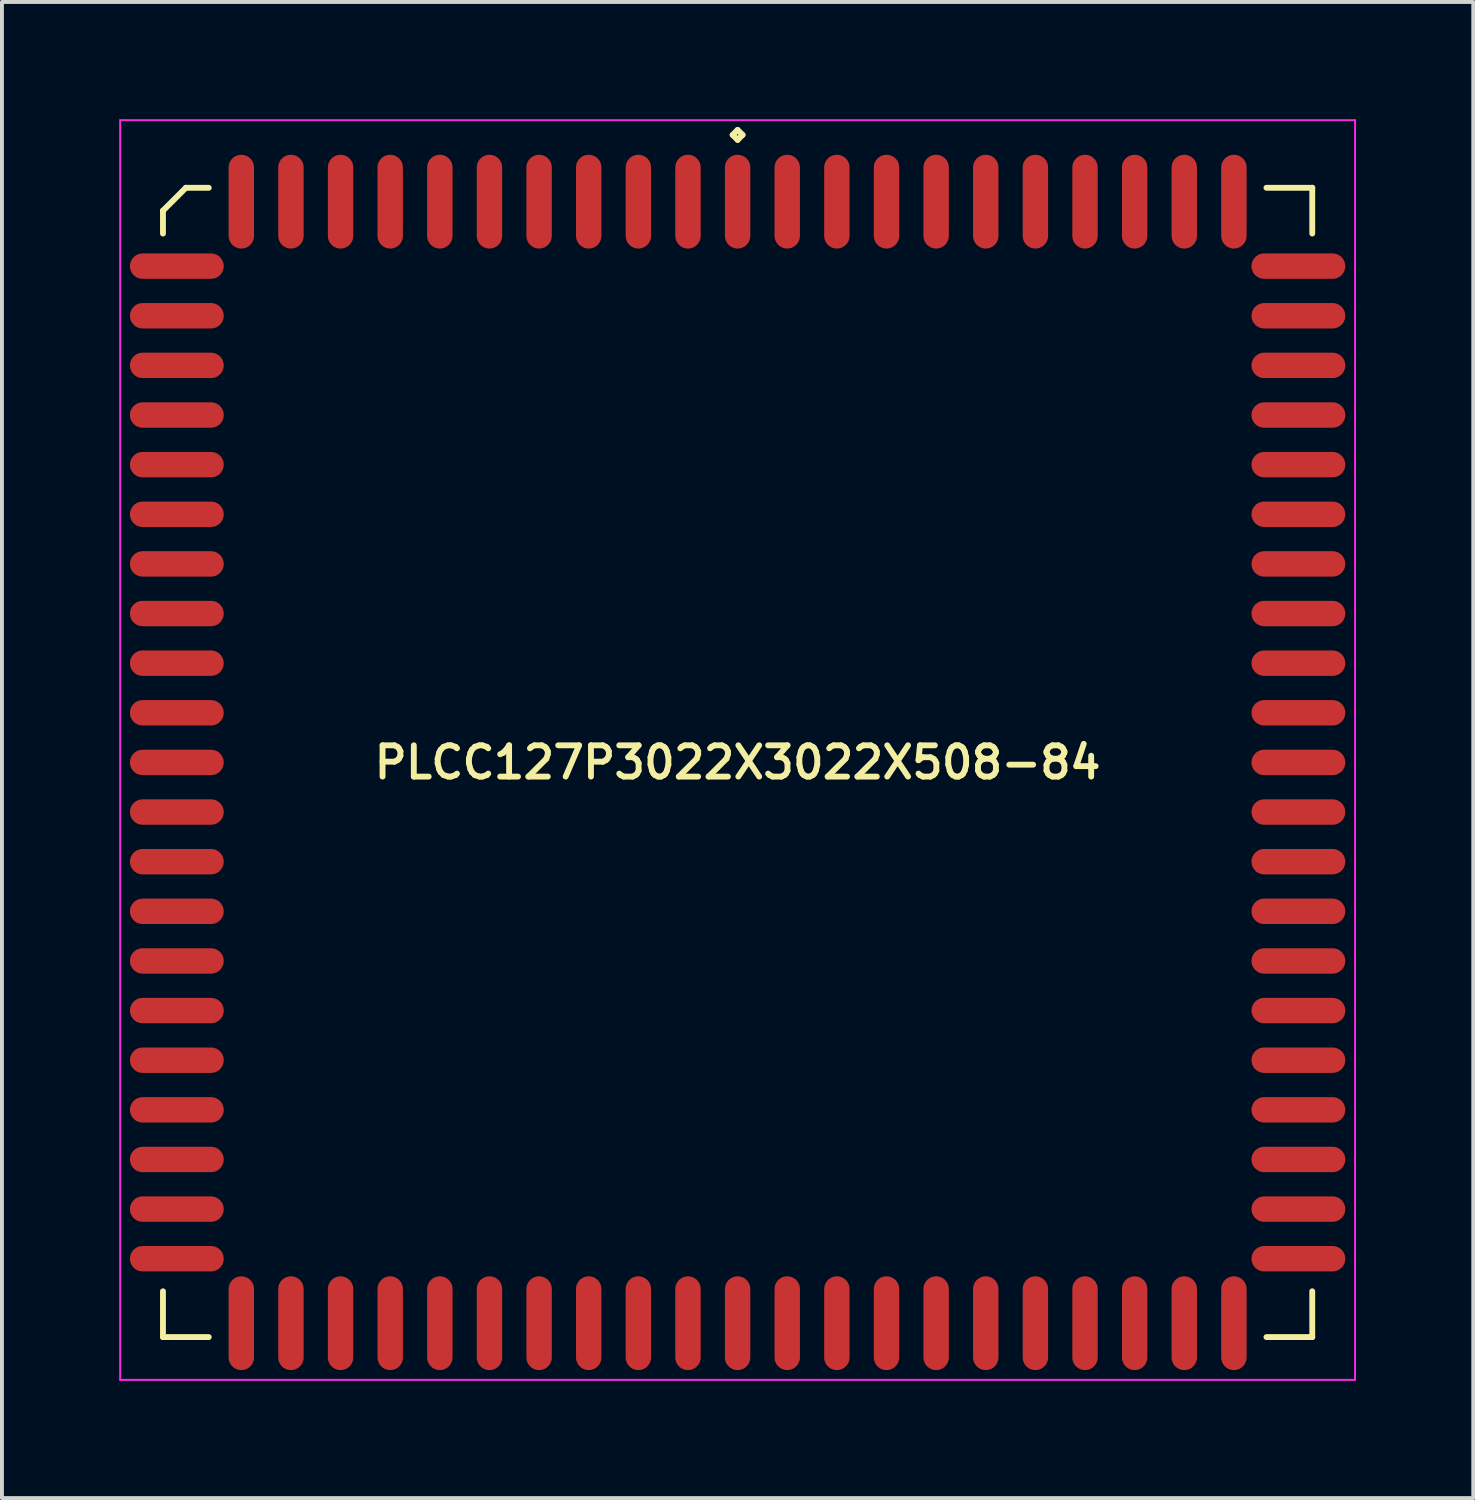
<source format=kicad_pcb>
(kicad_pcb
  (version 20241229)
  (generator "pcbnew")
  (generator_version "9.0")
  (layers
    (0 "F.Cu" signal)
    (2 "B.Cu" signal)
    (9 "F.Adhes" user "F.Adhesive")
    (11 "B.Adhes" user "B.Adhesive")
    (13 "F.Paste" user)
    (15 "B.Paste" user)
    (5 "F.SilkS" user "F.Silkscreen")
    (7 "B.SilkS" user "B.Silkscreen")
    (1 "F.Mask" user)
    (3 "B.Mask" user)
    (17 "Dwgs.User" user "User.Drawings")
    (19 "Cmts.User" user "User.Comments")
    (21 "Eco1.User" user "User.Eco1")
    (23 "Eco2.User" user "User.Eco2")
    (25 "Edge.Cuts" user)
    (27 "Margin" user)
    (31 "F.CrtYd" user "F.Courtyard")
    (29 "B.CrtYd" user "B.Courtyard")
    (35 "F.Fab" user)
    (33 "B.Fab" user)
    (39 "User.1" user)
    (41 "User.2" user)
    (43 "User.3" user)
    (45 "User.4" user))
  (footprint "PLCC127P3022X3022X508-84"
    (layer "F.Cu")
    (at 15.825 16.46)
    (property "Reference" "PLCC127P3022X3022X508-84" (at 0 0 0) (layer "F.SilkS") (effects (font (size 0.8 0.8) (thickness 0.15))))
    (attr smd)
    (fp_line (start -14.705 -14.119) (end -14.119 -14.705) (stroke (width 0.15) (type solid)) (layer "F.SilkS"))
    (fp_line (start -14.705 -13.533) (end -14.705 -14.119) (stroke (width 0.15) (type solid)) (layer "F.SilkS"))
    (fp_line (start -14.705 13.533) (end -14.705 14.705) (stroke (width 0.15) (type solid)) (layer "F.SilkS"))
    (fp_line (start -14.705 14.705) (end -13.533 14.705) (stroke (width 0.15) (type solid)) (layer "F.SilkS"))
    (fp_line (start -14.119 -14.705) (end -13.533 -14.705) (stroke (width 0.15) (type solid)) (layer "F.SilkS"))
    (fp_line (start -0.127 -16.058) (end 0 -16.185) (stroke (width 0.15) (type solid)) (layer "F.SilkS"))
    (fp_line (start 0 -16.185) (end 0.127 -16.058) (stroke (width 0.15) (type solid)) (layer "F.SilkS"))
    (fp_line (start 0 -15.931) (end -0.127 -16.058) (stroke (width 0.15) (type solid)) (layer "F.SilkS"))
    (fp_line (start 0.127 -16.058) (end 0 -15.931) (stroke (width 0.15) (type solid)) (layer "F.SilkS"))
    (fp_line (start 14.705 -14.705) (end 13.533 -14.705) (stroke (width 0.15) (type solid)) (layer "F.SilkS"))
    (fp_line (start 14.705 -13.533) (end 14.705 -14.705) (stroke (width 0.15) (type solid)) (layer "F.SilkS"))
    (fp_line (start 14.705 13.533) (end 14.705 14.705) (stroke (width 0.15) (type solid)) (layer "F.SilkS"))
    (fp_line (start 14.705 14.705) (end 13.533 14.705) (stroke (width 0.15) (type solid)) (layer "F.SilkS"))
    (fp_line (start -15.8 -16.435) (end 15.8 -16.435) (stroke (width 0.05) (type solid)) (layer "F.CrtYd"))
    (fp_line (start -15.8 15.8) (end -15.8 -16.435) (stroke (width 0.05) (type solid)) (layer "F.CrtYd"))
    (fp_line (start 15.8 -16.435) (end 15.8 15.8) (stroke (width 0.05) (type solid)) (layer "F.CrtYd"))
    (fp_line (start 15.8 15.8) (end -15.8 15.8) (stroke (width 0.05) (type solid)) (layer "F.CrtYd"))
    (pad "1" smd oval (at 0 -14.35) (size 0.65 2.4) (layers "F.Cu" "F.Mask" "F.Paste"))
    (pad "2" smd oval (at -1.27 -14.35) (size 0.65 2.4) (layers "F.Cu" "F.Mask" "F.Paste"))
    (pad "3" smd oval (at -2.54 -14.35) (size 0.65 2.4) (layers "F.Cu" "F.Mask" "F.Paste"))
    (pad "4" smd oval (at -3.81 -14.35) (size 0.65 2.4) (layers "F.Cu" "F.Mask" "F.Paste"))
    (pad "5" smd oval (at -5.08 -14.35) (size 0.65 2.4) (layers "F.Cu" "F.Mask" "F.Paste"))
    (pad "6" smd oval (at -6.35 -14.35) (size 0.65 2.4) (layers "F.Cu" "F.Mask" "F.Paste"))
    (pad "7" smd oval (at -7.62 -14.35) (size 0.65 2.4) (layers "F.Cu" "F.Mask" "F.Paste"))
    (pad "8" smd oval (at -8.89 -14.35) (size 0.65 2.4) (layers "F.Cu" "F.Mask" "F.Paste"))
    (pad "9" smd oval (at -10.16 -14.35) (size 0.65 2.4) (layers "F.Cu" "F.Mask" "F.Paste"))
    (pad "10" smd oval (at -11.43 -14.35) (size 0.65 2.4) (layers "F.Cu" "F.Mask" "F.Paste"))
    (pad "11" smd oval (at -12.7 -14.35) (size 0.65 2.4) (layers "F.Cu" "F.Mask" "F.Paste"))
    (pad "12" smd oval (at -14.35 -12.7) (size 2.4 0.65) (layers "F.Cu" "F.Mask" "F.Paste"))
    (pad "13" smd oval (at -14.35 -11.43) (size 2.4 0.65) (layers "F.Cu" "F.Mask" "F.Paste"))
    (pad "14" smd oval (at -14.35 -10.16) (size 2.4 0.65) (layers "F.Cu" "F.Mask" "F.Paste"))
    (pad "15" smd oval (at -14.35 -8.89) (size 2.4 0.65) (layers "F.Cu" "F.Mask" "F.Paste"))
    (pad "16" smd oval (at -14.35 -7.62) (size 2.4 0.65) (layers "F.Cu" "F.Mask" "F.Paste"))
    (pad "17" smd oval (at -14.35 -6.35) (size 2.4 0.65) (layers "F.Cu" "F.Mask" "F.Paste"))
    (pad "18" smd oval (at -14.35 -5.08) (size 2.4 0.65) (layers "F.Cu" "F.Mask" "F.Paste"))
    (pad "19" smd oval (at -14.35 -3.81) (size 2.4 0.65) (layers "F.Cu" "F.Mask" "F.Paste"))
    (pad "20" smd oval (at -14.35 -2.54) (size 2.4 0.65) (layers "F.Cu" "F.Mask" "F.Paste"))
    (pad "21" smd oval (at -14.35 -1.27) (size 2.4 0.65) (layers "F.Cu" "F.Mask" "F.Paste"))
    (pad "22" smd oval (at -14.35 0) (size 2.4 0.65) (layers "F.Cu" "F.Mask" "F.Paste"))
    (pad "23" smd oval (at -14.35 1.27) (size 2.4 0.65) (layers "F.Cu" "F.Mask" "F.Paste"))
    (pad "24" smd oval (at -14.35 2.54) (size 2.4 0.65) (layers "F.Cu" "F.Mask" "F.Paste"))
    (pad "25" smd oval (at -14.35 3.81) (size 2.4 0.65) (layers "F.Cu" "F.Mask" "F.Paste"))
    (pad "26" smd oval (at -14.35 5.08) (size 2.4 0.65) (layers "F.Cu" "F.Mask" "F.Paste"))
    (pad "27" smd oval (at -14.35 6.35) (size 2.4 0.65) (layers "F.Cu" "F.Mask" "F.Paste"))
    (pad "28" smd oval (at -14.35 7.62) (size 2.4 0.65) (layers "F.Cu" "F.Mask" "F.Paste"))
    (pad "29" smd oval (at -14.35 8.89) (size 2.4 0.65) (layers "F.Cu" "F.Mask" "F.Paste"))
    (pad "30" smd oval (at -14.35 10.16) (size 2.4 0.65) (layers "F.Cu" "F.Mask" "F.Paste"))
    (pad "31" smd oval (at -14.35 11.43) (size 2.4 0.65) (layers "F.Cu" "F.Mask" "F.Paste"))
    (pad "32" smd oval (at -14.35 12.7) (size 2.4 0.65) (layers "F.Cu" "F.Mask" "F.Paste"))
    (pad "33" smd oval (at -12.7 14.35) (size 0.65 2.4) (layers "F.Cu" "F.Mask" "F.Paste"))
    (pad "34" smd oval (at -11.43 14.35) (size 0.65 2.4) (layers "F.Cu" "F.Mask" "F.Paste"))
    (pad "35" smd oval (at -10.16 14.35) (size 0.65 2.4) (layers "F.Cu" "F.Mask" "F.Paste"))
    (pad "36" smd oval (at -8.89 14.35) (size 0.65 2.4) (layers "F.Cu" "F.Mask" "F.Paste"))
    (pad "37" smd oval (at -7.62 14.35) (size 0.65 2.4) (layers "F.Cu" "F.Mask" "F.Paste"))
    (pad "38" smd oval (at -6.35 14.35) (size 0.65 2.4) (layers "F.Cu" "F.Mask" "F.Paste"))
    (pad "39" smd oval (at -5.08 14.35) (size 0.65 2.4) (layers "F.Cu" "F.Mask" "F.Paste"))
    (pad "40" smd oval (at -3.81 14.35) (size 0.65 2.4) (layers "F.Cu" "F.Mask" "F.Paste"))
    (pad "41" smd oval (at -2.54 14.35) (size 0.65 2.4) (layers "F.Cu" "F.Mask" "F.Paste"))
    (pad "42" smd oval (at -1.27 14.35) (size 0.65 2.4) (layers "F.Cu" "F.Mask" "F.Paste"))
    (pad "43" smd oval (at 0 14.35) (size 0.65 2.4) (layers "F.Cu" "F.Mask" "F.Paste"))
    (pad "44" smd oval (at 1.27 14.35) (size 0.65 2.4) (layers "F.Cu" "F.Mask" "F.Paste"))
    (pad "45" smd oval (at 2.54 14.35) (size 0.65 2.4) (layers "F.Cu" "F.Mask" "F.Paste"))
    (pad "46" smd oval (at 3.81 14.35) (size 0.65 2.4) (layers "F.Cu" "F.Mask" "F.Paste"))
    (pad "47" smd oval (at 5.08 14.35) (size 0.65 2.4) (layers "F.Cu" "F.Mask" "F.Paste"))
    (pad "48" smd oval (at 6.35 14.35) (size 0.65 2.4) (layers "F.Cu" "F.Mask" "F.Paste"))
    (pad "49" smd oval (at 7.62 14.35) (size 0.65 2.4) (layers "F.Cu" "F.Mask" "F.Paste"))
    (pad "50" smd oval (at 8.89 14.35) (size 0.65 2.4) (layers "F.Cu" "F.Mask" "F.Paste"))
    (pad "51" smd oval (at 10.16 14.35) (size 0.65 2.4) (layers "F.Cu" "F.Mask" "F.Paste"))
    (pad "52" smd oval (at 11.43 14.35) (size 0.65 2.4) (layers "F.Cu" "F.Mask" "F.Paste"))
    (pad "53" smd oval (at 12.7 14.35) (size 0.65 2.4) (layers "F.Cu" "F.Mask" "F.Paste"))
    (pad "54" smd oval (at 14.35 12.7) (size 2.4 0.65) (layers "F.Cu" "F.Mask" "F.Paste"))
    (pad "55" smd oval (at 14.35 11.43) (size 2.4 0.65) (layers "F.Cu" "F.Mask" "F.Paste"))
    (pad "56" smd oval (at 14.35 10.16) (size 2.4 0.65) (layers "F.Cu" "F.Mask" "F.Paste"))
    (pad "57" smd oval (at 14.35 8.89) (size 2.4 0.65) (layers "F.Cu" "F.Mask" "F.Paste"))
    (pad "58" smd oval (at 14.35 7.62) (size 2.4 0.65) (layers "F.Cu" "F.Mask" "F.Paste"))
    (pad "59" smd oval (at 14.35 6.35) (size 2.4 0.65) (layers "F.Cu" "F.Mask" "F.Paste"))
    (pad "60" smd oval (at 14.35 5.08) (size 2.4 0.65) (layers "F.Cu" "F.Mask" "F.Paste"))
    (pad "61" smd oval (at 14.35 3.81) (size 2.4 0.65) (layers "F.Cu" "F.Mask" "F.Paste"))
    (pad "62" smd oval (at 14.35 2.54) (size 2.4 0.65) (layers "F.Cu" "F.Mask" "F.Paste"))
    (pad "63" smd oval (at 14.35 1.27) (size 2.4 0.65) (layers "F.Cu" "F.Mask" "F.Paste"))
    (pad "64" smd oval (at 14.35 0) (size 2.4 0.65) (layers "F.Cu" "F.Mask" "F.Paste"))
    (pad "65" smd oval (at 14.35 -1.27) (size 2.4 0.65) (layers "F.Cu" "F.Mask" "F.Paste"))
    (pad "66" smd oval (at 14.35 -2.54) (size 2.4 0.65) (layers "F.Cu" "F.Mask" "F.Paste"))
    (pad "67" smd oval (at 14.35 -3.81) (size 2.4 0.65) (layers "F.Cu" "F.Mask" "F.Paste"))
    (pad "68" smd oval (at 14.35 -5.08) (size 2.4 0.65) (layers "F.Cu" "F.Mask" "F.Paste"))
    (pad "69" smd oval (at 14.35 -6.35) (size 2.4 0.65) (layers "F.Cu" "F.Mask" "F.Paste"))
    (pad "70" smd oval (at 14.35 -7.62) (size 2.4 0.65) (layers "F.Cu" "F.Mask" "F.Paste"))
    (pad "71" smd oval (at 14.35 -8.89) (size 2.4 0.65) (layers "F.Cu" "F.Mask" "F.Paste"))
    (pad "72" smd oval (at 14.35 -10.16) (size 2.4 0.65) (layers "F.Cu" "F.Mask" "F.Paste"))
    (pad "73" smd oval (at 14.35 -11.43) (size 2.4 0.65) (layers "F.Cu" "F.Mask" "F.Paste"))
    (pad "74" smd oval (at 14.35 -12.7) (size 2.4 0.65) (layers "F.Cu" "F.Mask" "F.Paste"))
    (pad "75" smd oval (at 12.7 -14.35) (size 0.65 2.4) (layers "F.Cu" "F.Mask" "F.Paste"))
    (pad "76" smd oval (at 11.43 -14.35) (size 0.65 2.4) (layers "F.Cu" "F.Mask" "F.Paste"))
    (pad "77" smd oval (at 10.16 -14.35) (size 0.65 2.4) (layers "F.Cu" "F.Mask" "F.Paste"))
    (pad "78" smd oval (at 8.89 -14.35) (size 0.65 2.4) (layers "F.Cu" "F.Mask" "F.Paste"))
    (pad "79" smd oval (at 7.62 -14.35) (size 0.65 2.4) (layers "F.Cu" "F.Mask" "F.Paste"))
    (pad "80" smd oval (at 6.35 -14.35) (size 0.65 2.4) (layers "F.Cu" "F.Mask" "F.Paste"))
    (pad "81" smd oval (at 5.08 -14.35) (size 0.65 2.4) (layers "F.Cu" "F.Mask" "F.Paste"))
    (pad "82" smd oval (at 3.81 -14.35) (size 0.65 2.4) (layers "F.Cu" "F.Mask" "F.Paste"))
    (pad "83" smd oval (at 2.54 -14.35) (size 0.65 2.4) (layers "F.Cu" "F.Mask" "F.Paste"))
    (pad "84" smd oval (at 1.27 -14.35) (size 0.65 2.4) (layers "F.Cu" "F.Mask" "F.Paste")))
  (gr_rect
    (start -3 -3)
    (end 34.65 35.285)
    (stroke (width 0.1) (type default))
    (fill no)
    (layer "Edge.Cuts")))
</source>
